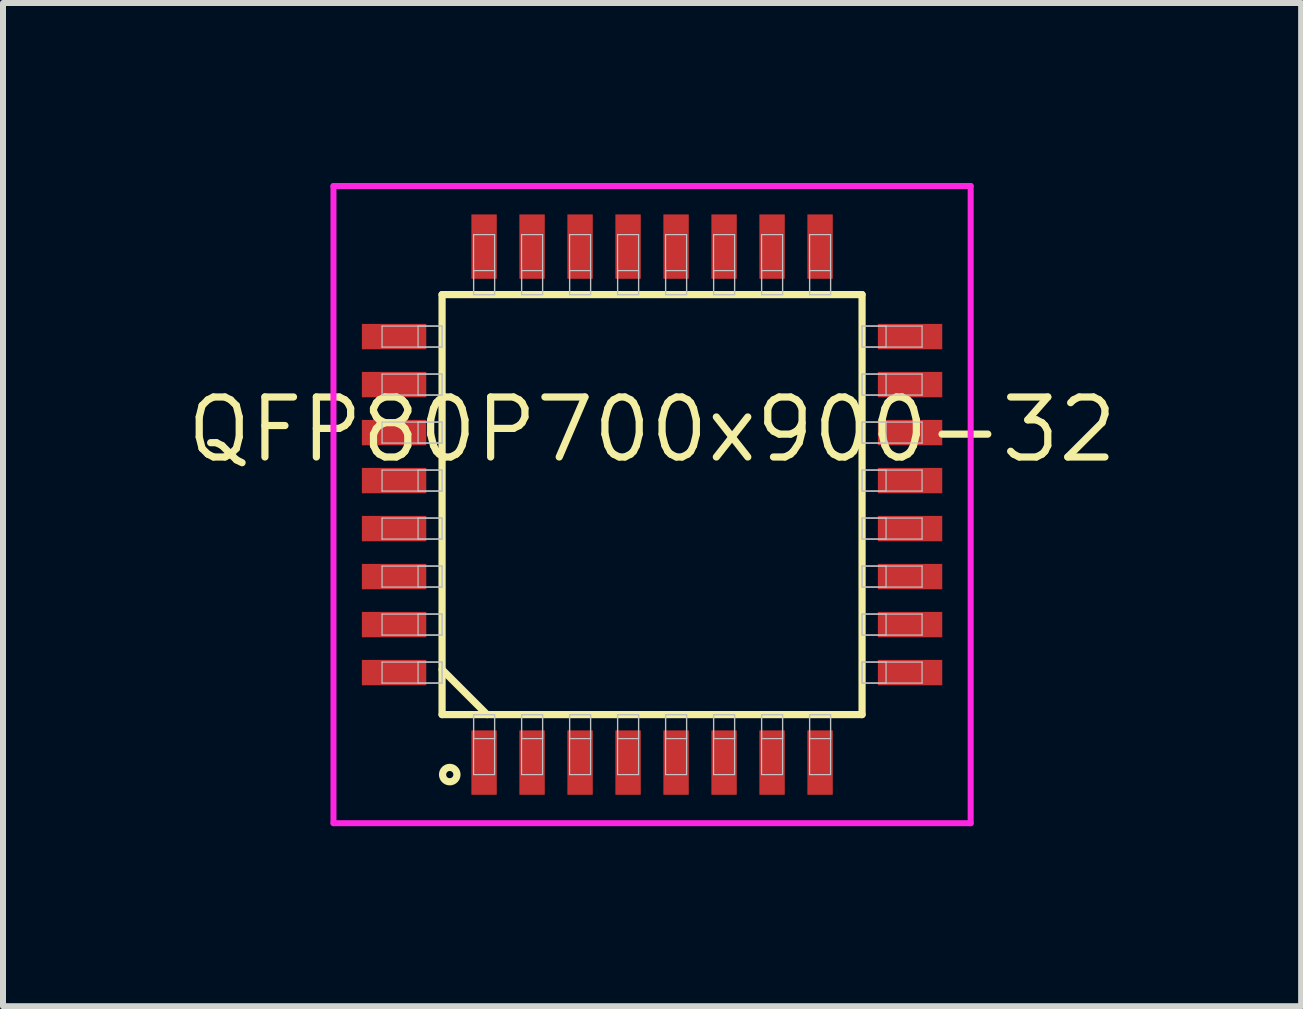
<source format=kicad_pcb>
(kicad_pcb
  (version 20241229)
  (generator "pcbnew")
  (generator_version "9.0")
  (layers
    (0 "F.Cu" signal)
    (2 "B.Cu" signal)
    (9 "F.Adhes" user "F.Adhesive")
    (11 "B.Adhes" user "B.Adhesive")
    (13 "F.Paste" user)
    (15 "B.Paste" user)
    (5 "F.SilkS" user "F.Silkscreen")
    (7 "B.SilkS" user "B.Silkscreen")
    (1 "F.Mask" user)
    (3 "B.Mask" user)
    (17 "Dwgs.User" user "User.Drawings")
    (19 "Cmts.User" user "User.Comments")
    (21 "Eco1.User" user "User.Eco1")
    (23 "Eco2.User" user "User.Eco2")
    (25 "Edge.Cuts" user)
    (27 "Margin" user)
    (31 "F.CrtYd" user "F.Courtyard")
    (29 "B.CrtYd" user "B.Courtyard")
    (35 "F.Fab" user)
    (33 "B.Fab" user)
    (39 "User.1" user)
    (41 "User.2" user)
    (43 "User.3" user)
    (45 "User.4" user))
  (footprint "QFP80P700x900-32"
    (layer "F.Cu")
    (at 7.818 5.36)
    (property "Reference" "QFP80P700x900-32" (at 0 -1.25 0) (layer "F.SilkS") (effects (font (size 1 1) (thickness 0.12))))
    (attr through_hole)
    (fp_line (start -3.5 -3.5) (end -3.5 3.5) (stroke (width 0.12) (type solid)) (layer "F.SilkS"))
    (fp_line (start -3.5 2.75) (end -2.75 3.5) (stroke (width 0.12) (type solid)) (layer "F.SilkS"))
    (fp_line (start -3.5 3.5) (end 3.5 3.5) (stroke (width 0.12) (type solid)) (layer "F.SilkS"))
    (fp_line (start 3.5 -3.5) (end -3.5 -3.5) (stroke (width 0.12) (type solid)) (layer "F.SilkS"))
    (fp_line (start 3.5 3.5) (end 3.5 -3.5) (stroke (width 0.12) (type solid)) (layer "F.SilkS"))
    (fp_circle (center -3.372 4.5) (end -3.252 4.5) (stroke (width 0.12) (type solid)) (fill no) (layer "F.SilkS"))
    (fp_line (start -4.5 -2.975) (end -4.5 -2.625) (stroke (width 0.02) (type solid)) (layer "Dwgs.User"))
    (fp_line (start -4.5 -2.625) (end -3.5 -2.625) (stroke (width 0.02) (type solid)) (layer "Dwgs.User"))
    (fp_line (start -4.5 -2.175) (end -4.5 -1.825) (stroke (width 0.02) (type solid)) (layer "Dwgs.User"))
    (fp_line (start -4.5 -1.825) (end -3.5 -1.825) (stroke (width 0.02) (type solid)) (layer "Dwgs.User"))
    (fp_line (start -4.5 -1.375) (end -4.5 -1.025) (stroke (width 0.02) (type solid)) (layer "Dwgs.User"))
    (fp_line (start -4.5 -1.025) (end -3.5 -1.025) (stroke (width 0.02) (type solid)) (layer "Dwgs.User"))
    (fp_line (start -4.5 -0.575) (end -4.5 -0.225) (stroke (width 0.02) (type solid)) (layer "Dwgs.User"))
    (fp_line (start -4.5 -0.225) (end -3.5 -0.225) (stroke (width 0.02) (type solid)) (layer "Dwgs.User"))
    (fp_line (start -4.5 0.225) (end -4.5 0.575) (stroke (width 0.02) (type solid)) (layer "Dwgs.User"))
    (fp_line (start -4.5 0.575) (end -3.5 0.575) (stroke (width 0.02) (type solid)) (layer "Dwgs.User"))
    (fp_line (start -4.5 1.025) (end -4.5 1.375) (stroke (width 0.02) (type solid)) (layer "Dwgs.User"))
    (fp_line (start -4.5 1.375) (end -3.5 1.375) (stroke (width 0.02) (type solid)) (layer "Dwgs.User"))
    (fp_line (start -4.5 1.825) (end -4.5 2.175) (stroke (width 0.02) (type solid)) (layer "Dwgs.User"))
    (fp_line (start -4.5 2.175) (end -3.5 2.175) (stroke (width 0.02) (type solid)) (layer "Dwgs.User"))
    (fp_line (start -4.5 2.625) (end -4.5 2.975) (stroke (width 0.02) (type solid)) (layer "Dwgs.User"))
    (fp_line (start -4.5 2.975) (end -3.5 2.975) (stroke (width 0.02) (type solid)) (layer "Dwgs.User"))
    (fp_line (start -3.9 -2.975) (end -3.9 -2.625) (stroke (width 0.02) (type solid)) (layer "Dwgs.User"))
    (fp_line (start -3.9 -2.625) (end -3.5 -2.625) (stroke (width 0.02) (type solid)) (layer "Dwgs.User"))
    (fp_line (start -3.9 -2.175) (end -3.9 -1.825) (stroke (width 0.02) (type solid)) (layer "Dwgs.User"))
    (fp_line (start -3.9 -1.825) (end -3.5 -1.825) (stroke (width 0.02) (type solid)) (layer "Dwgs.User"))
    (fp_line (start -3.9 -1.375) (end -3.9 -1.025) (stroke (width 0.02) (type solid)) (layer "Dwgs.User"))
    (fp_line (start -3.9 -1.025) (end -3.5 -1.025) (stroke (width 0.02) (type solid)) (layer "Dwgs.User"))
    (fp_line (start -3.9 -0.575) (end -3.9 -0.225) (stroke (width 0.02) (type solid)) (layer "Dwgs.User"))
    (fp_line (start -3.9 -0.225) (end -3.5 -0.225) (stroke (width 0.02) (type solid)) (layer "Dwgs.User"))
    (fp_line (start -3.9 0.225) (end -3.9 0.575) (stroke (width 0.02) (type solid)) (layer "Dwgs.User"))
    (fp_line (start -3.9 0.575) (end -3.5 0.575) (stroke (width 0.02) (type solid)) (layer "Dwgs.User"))
    (fp_line (start -3.9 1.025) (end -3.9 1.375) (stroke (width 0.02) (type solid)) (layer "Dwgs.User"))
    (fp_line (start -3.9 1.375) (end -3.5 1.375) (stroke (width 0.02) (type solid)) (layer "Dwgs.User"))
    (fp_line (start -3.9 1.825) (end -3.9 2.175) (stroke (width 0.02) (type solid)) (layer "Dwgs.User"))
    (fp_line (start -3.9 2.175) (end -3.5 2.175) (stroke (width 0.02) (type solid)) (layer "Dwgs.User"))
    (fp_line (start -3.9 2.625) (end -3.9 2.975) (stroke (width 0.02) (type solid)) (layer "Dwgs.User"))
    (fp_line (start -3.9 2.975) (end -3.5 2.975) (stroke (width 0.02) (type solid)) (layer "Dwgs.User"))
    (fp_line (start -3.5 -2.975) (end -4.5 -2.975) (stroke (width 0.02) (type solid)) (layer "Dwgs.User"))
    (fp_line (start -3.5 -2.975) (end -3.9 -2.975) (stroke (width 0.02) (type solid)) (layer "Dwgs.User"))
    (fp_line (start -3.5 -2.625) (end -3.5 -2.975) (stroke (width 0.02) (type solid)) (layer "Dwgs.User"))
    (fp_line (start -3.5 -2.625) (end -3.5 -2.975) (stroke (width 0.02) (type solid)) (layer "Dwgs.User"))
    (fp_line (start -3.5 -2.175) (end -4.5 -2.175) (stroke (width 0.02) (type solid)) (layer "Dwgs.User"))
    (fp_line (start -3.5 -2.175) (end -3.9 -2.175) (stroke (width 0.02) (type solid)) (layer "Dwgs.User"))
    (fp_line (start -3.5 -1.825) (end -3.5 -2.175) (stroke (width 0.02) (type solid)) (layer "Dwgs.User"))
    (fp_line (start -3.5 -1.825) (end -3.5 -2.175) (stroke (width 0.02) (type solid)) (layer "Dwgs.User"))
    (fp_line (start -3.5 -1.375) (end -4.5 -1.375) (stroke (width 0.02) (type solid)) (layer "Dwgs.User"))
    (fp_line (start -3.5 -1.375) (end -3.9 -1.375) (stroke (width 0.02) (type solid)) (layer "Dwgs.User"))
    (fp_line (start -3.5 -1.025) (end -3.5 -1.375) (stroke (width 0.02) (type solid)) (layer "Dwgs.User"))
    (fp_line (start -3.5 -1.025) (end -3.5 -1.375) (stroke (width 0.02) (type solid)) (layer "Dwgs.User"))
    (fp_line (start -3.5 -0.575) (end -4.5 -0.575) (stroke (width 0.02) (type solid)) (layer "Dwgs.User"))
    (fp_line (start -3.5 -0.575) (end -3.9 -0.575) (stroke (width 0.02) (type solid)) (layer "Dwgs.User"))
    (fp_line (start -3.5 -0.225) (end -3.5 -0.575) (stroke (width 0.02) (type solid)) (layer "Dwgs.User"))
    (fp_line (start -3.5 -0.225) (end -3.5 -0.575) (stroke (width 0.02) (type solid)) (layer "Dwgs.User"))
    (fp_line (start -3.5 0.225) (end -4.5 0.225) (stroke (width 0.02) (type solid)) (layer "Dwgs.User"))
    (fp_line (start -3.5 0.225) (end -3.9 0.225) (stroke (width 0.02) (type solid)) (layer "Dwgs.User"))
    (fp_line (start -3.5 0.575) (end -3.5 0.225) (stroke (width 0.02) (type solid)) (layer "Dwgs.User"))
    (fp_line (start -3.5 0.575) (end -3.5 0.225) (stroke (width 0.02) (type solid)) (layer "Dwgs.User"))
    (fp_line (start -3.5 1.025) (end -4.5 1.025) (stroke (width 0.02) (type solid)) (layer "Dwgs.User"))
    (fp_line (start -3.5 1.025) (end -3.9 1.025) (stroke (width 0.02) (type solid)) (layer "Dwgs.User"))
    (fp_line (start -3.5 1.375) (end -3.5 1.025) (stroke (width 0.02) (type solid)) (layer "Dwgs.User"))
    (fp_line (start -3.5 1.375) (end -3.5 1.025) (stroke (width 0.02) (type solid)) (layer "Dwgs.User"))
    (fp_line (start -3.5 1.825) (end -4.5 1.825) (stroke (width 0.02) (type solid)) (layer "Dwgs.User"))
    (fp_line (start -3.5 1.825) (end -3.9 1.825) (stroke (width 0.02) (type solid)) (layer "Dwgs.User"))
    (fp_line (start -3.5 2.175) (end -3.5 1.825) (stroke (width 0.02) (type solid)) (layer "Dwgs.User"))
    (fp_line (start -3.5 2.175) (end -3.5 1.825) (stroke (width 0.02) (type solid)) (layer "Dwgs.User"))
    (fp_line (start -3.5 2.625) (end -4.5 2.625) (stroke (width 0.02) (type solid)) (layer "Dwgs.User"))
    (fp_line (start -3.5 2.625) (end -3.9 2.625) (stroke (width 0.02) (type solid)) (layer "Dwgs.User"))
    (fp_line (start -3.5 2.975) (end -3.5 2.625) (stroke (width 0.02) (type solid)) (layer "Dwgs.User"))
    (fp_line (start -3.5 2.975) (end -3.5 2.625) (stroke (width 0.02) (type solid)) (layer "Dwgs.User"))
    (fp_line (start -2.975 -4.5) (end -2.975 -3.5) (stroke (width 0.02) (type solid)) (layer "Dwgs.User"))
    (fp_line (start -2.975 -3.9) (end -2.975 -3.5) (stroke (width 0.02) (type solid)) (layer "Dwgs.User"))
    (fp_line (start -2.975 -3.5) (end -2.625 -3.5) (stroke (width 0.02) (type solid)) (layer "Dwgs.User"))
    (fp_line (start -2.975 -3.5) (end -2.625 -3.5) (stroke (width 0.02) (type solid)) (layer "Dwgs.User"))
    (fp_line (start -2.975 3.5) (end -2.625 3.5) (stroke (width 0.02) (type solid)) (layer "Dwgs.User"))
    (fp_line (start -2.975 3.5) (end -2.625 3.5) (stroke (width 0.02) (type solid)) (layer "Dwgs.User"))
    (fp_line (start -2.975 3.9) (end -2.975 3.5) (stroke (width 0.02) (type solid)) (layer "Dwgs.User"))
    (fp_line (start -2.975 4.5) (end -2.975 3.5) (stroke (width 0.02) (type solid)) (layer "Dwgs.User"))
    (fp_line (start -2.625 -4.5) (end -2.975 -4.5) (stroke (width 0.02) (type solid)) (layer "Dwgs.User"))
    (fp_line (start -2.625 -3.9) (end -2.975 -3.9) (stroke (width 0.02) (type solid)) (layer "Dwgs.User"))
    (fp_line (start -2.625 -3.5) (end -2.625 -4.5) (stroke (width 0.02) (type solid)) (layer "Dwgs.User"))
    (fp_line (start -2.625 -3.5) (end -2.625 -3.9) (stroke (width 0.02) (type solid)) (layer "Dwgs.User"))
    (fp_line (start -2.625 3.5) (end -2.625 3.9) (stroke (width 0.02) (type solid)) (layer "Dwgs.User"))
    (fp_line (start -2.625 3.5) (end -2.625 4.5) (stroke (width 0.02) (type solid)) (layer "Dwgs.User"))
    (fp_line (start -2.625 3.9) (end -2.975 3.9) (stroke (width 0.02) (type solid)) (layer "Dwgs.User"))
    (fp_line (start -2.625 4.5) (end -2.975 4.5) (stroke (width 0.02) (type solid)) (layer "Dwgs.User"))
    (fp_line (start -2.175 -4.5) (end -2.175 -3.5) (stroke (width 0.02) (type solid)) (layer "Dwgs.User"))
    (fp_line (start -2.175 -3.9) (end -2.175 -3.5) (stroke (width 0.02) (type solid)) (layer "Dwgs.User"))
    (fp_line (start -2.175 -3.5) (end -1.825 -3.5) (stroke (width 0.02) (type solid)) (layer "Dwgs.User"))
    (fp_line (start -2.175 -3.5) (end -1.825 -3.5) (stroke (width 0.02) (type solid)) (layer "Dwgs.User"))
    (fp_line (start -2.175 3.5) (end -1.825 3.5) (stroke (width 0.02) (type solid)) (layer "Dwgs.User"))
    (fp_line (start -2.175 3.5) (end -1.825 3.5) (stroke (width 0.02) (type solid)) (layer "Dwgs.User"))
    (fp_line (start -2.175 3.9) (end -2.175 3.5) (stroke (width 0.02) (type solid)) (layer "Dwgs.User"))
    (fp_line (start -2.175 4.5) (end -2.175 3.5) (stroke (width 0.02) (type solid)) (layer "Dwgs.User"))
    (fp_line (start -1.825 -4.5) (end -2.175 -4.5) (stroke (width 0.02) (type solid)) (layer "Dwgs.User"))
    (fp_line (start -1.825 -3.9) (end -2.175 -3.9) (stroke (width 0.02) (type solid)) (layer "Dwgs.User"))
    (fp_line (start -1.825 -3.5) (end -1.825 -4.5) (stroke (width 0.02) (type solid)) (layer "Dwgs.User"))
    (fp_line (start -1.825 -3.5) (end -1.825 -3.9) (stroke (width 0.02) (type solid)) (layer "Dwgs.User"))
    (fp_line (start -1.825 3.5) (end -1.825 3.9) (stroke (width 0.02) (type solid)) (layer "Dwgs.User"))
    (fp_line (start -1.825 3.5) (end -1.825 4.5) (stroke (width 0.02) (type solid)) (layer "Dwgs.User"))
    (fp_line (start -1.825 3.9) (end -2.175 3.9) (stroke (width 0.02) (type solid)) (layer "Dwgs.User"))
    (fp_line (start -1.825 4.5) (end -2.175 4.5) (stroke (width 0.02) (type solid)) (layer "Dwgs.User"))
    (fp_line (start -1.375 -4.5) (end -1.375 -3.5) (stroke (width 0.02) (type solid)) (layer "Dwgs.User"))
    (fp_line (start -1.375 -3.9) (end -1.375 -3.5) (stroke (width 0.02) (type solid)) (layer "Dwgs.User"))
    (fp_line (start -1.375 -3.5) (end -1.025 -3.5) (stroke (width 0.02) (type solid)) (layer "Dwgs.User"))
    (fp_line (start -1.375 -3.5) (end -1.025 -3.5) (stroke (width 0.02) (type solid)) (layer "Dwgs.User"))
    (fp_line (start -1.375 3.5) (end -1.025 3.5) (stroke (width 0.02) (type solid)) (layer "Dwgs.User"))
    (fp_line (start -1.375 3.5) (end -1.025 3.5) (stroke (width 0.02) (type solid)) (layer "Dwgs.User"))
    (fp_line (start -1.375 3.9) (end -1.375 3.5) (stroke (width 0.02) (type solid)) (layer "Dwgs.User"))
    (fp_line (start -1.375 4.5) (end -1.375 3.5) (stroke (width 0.02) (type solid)) (layer "Dwgs.User"))
    (fp_line (start -1.025 -4.5) (end -1.375 -4.5) (stroke (width 0.02) (type solid)) (layer "Dwgs.User"))
    (fp_line (start -1.025 -3.9) (end -1.375 -3.9) (stroke (width 0.02) (type solid)) (layer "Dwgs.User"))
    (fp_line (start -1.025 -3.5) (end -1.025 -4.5) (stroke (width 0.02) (type solid)) (layer "Dwgs.User"))
    (fp_line (start -1.025 -3.5) (end -1.025 -3.9) (stroke (width 0.02) (type solid)) (layer "Dwgs.User"))
    (fp_line (start -1.025 3.5) (end -1.025 3.9) (stroke (width 0.02) (type solid)) (layer "Dwgs.User"))
    (fp_line (start -1.025 3.5) (end -1.025 4.5) (stroke (width 0.02) (type solid)) (layer "Dwgs.User"))
    (fp_line (start -1.025 3.9) (end -1.375 3.9) (stroke (width 0.02) (type solid)) (layer "Dwgs.User"))
    (fp_line (start -1.025 4.5) (end -1.375 4.5) (stroke (width 0.02) (type solid)) (layer "Dwgs.User"))
    (fp_line (start -0.575 -4.5) (end -0.575 -3.5) (stroke (width 0.02) (type solid)) (layer "Dwgs.User"))
    (fp_line (start -0.575 -3.9) (end -0.575 -3.5) (stroke (width 0.02) (type solid)) (layer "Dwgs.User"))
    (fp_line (start -0.575 -3.5) (end -0.225 -3.5) (stroke (width 0.02) (type solid)) (layer "Dwgs.User"))
    (fp_line (start -0.575 -3.5) (end -0.225 -3.5) (stroke (width 0.02) (type solid)) (layer "Dwgs.User"))
    (fp_line (start -0.575 3.5) (end -0.225 3.5) (stroke (width 0.02) (type solid)) (layer "Dwgs.User"))
    (fp_line (start -0.575 3.5) (end -0.225 3.5) (stroke (width 0.02) (type solid)) (layer "Dwgs.User"))
    (fp_line (start -0.575 3.9) (end -0.575 3.5) (stroke (width 0.02) (type solid)) (layer "Dwgs.User"))
    (fp_line (start -0.575 4.5) (end -0.575 3.5) (stroke (width 0.02) (type solid)) (layer "Dwgs.User"))
    (fp_line (start -0.225 -4.5) (end -0.575 -4.5) (stroke (width 0.02) (type solid)) (layer "Dwgs.User"))
    (fp_line (start -0.225 -3.9) (end -0.575 -3.9) (stroke (width 0.02) (type solid)) (layer "Dwgs.User"))
    (fp_line (start -0.225 -3.5) (end -0.225 -4.5) (stroke (width 0.02) (type solid)) (layer "Dwgs.User"))
    (fp_line (start -0.225 -3.5) (end -0.225 -3.9) (stroke (width 0.02) (type solid)) (layer "Dwgs.User"))
    (fp_line (start -0.225 3.5) (end -0.225 3.9) (stroke (width 0.02) (type solid)) (layer "Dwgs.User"))
    (fp_line (start -0.225 3.5) (end -0.225 4.5) (stroke (width 0.02) (type solid)) (layer "Dwgs.User"))
    (fp_line (start -0.225 3.9) (end -0.575 3.9) (stroke (width 0.02) (type solid)) (layer "Dwgs.User"))
    (fp_line (start -0.225 4.5) (end -0.575 4.5) (stroke (width 0.02) (type solid)) (layer "Dwgs.User"))
    (fp_line (start 0.225 -4.5) (end 0.225 -3.5) (stroke (width 0.02) (type solid)) (layer "Dwgs.User"))
    (fp_line (start 0.225 -3.9) (end 0.225 -3.5) (stroke (width 0.02) (type solid)) (layer "Dwgs.User"))
    (fp_line (start 0.225 -3.5) (end 0.575 -3.5) (stroke (width 0.02) (type solid)) (layer "Dwgs.User"))
    (fp_line (start 0.225 -3.5) (end 0.575 -3.5) (stroke (width 0.02) (type solid)) (layer "Dwgs.User"))
    (fp_line (start 0.225 3.5) (end 0.575 3.5) (stroke (width 0.02) (type solid)) (layer "Dwgs.User"))
    (fp_line (start 0.225 3.5) (end 0.575 3.5) (stroke (width 0.02) (type solid)) (layer "Dwgs.User"))
    (fp_line (start 0.225 3.9) (end 0.225 3.5) (stroke (width 0.02) (type solid)) (layer "Dwgs.User"))
    (fp_line (start 0.225 4.5) (end 0.225 3.5) (stroke (width 0.02) (type solid)) (layer "Dwgs.User"))
    (fp_line (start 0.575 -4.5) (end 0.225 -4.5) (stroke (width 0.02) (type solid)) (layer "Dwgs.User"))
    (fp_line (start 0.575 -3.9) (end 0.225 -3.9) (stroke (width 0.02) (type solid)) (layer "Dwgs.User"))
    (fp_line (start 0.575 -3.5) (end 0.575 -4.5) (stroke (width 0.02) (type solid)) (layer "Dwgs.User"))
    (fp_line (start 0.575 -3.5) (end 0.575 -3.9) (stroke (width 0.02) (type solid)) (layer "Dwgs.User"))
    (fp_line (start 0.575 3.5) (end 0.575 3.9) (stroke (width 0.02) (type solid)) (layer "Dwgs.User"))
    (fp_line (start 0.575 3.5) (end 0.575 4.5) (stroke (width 0.02) (type solid)) (layer "Dwgs.User"))
    (fp_line (start 0.575 3.9) (end 0.225 3.9) (stroke (width 0.02) (type solid)) (layer "Dwgs.User"))
    (fp_line (start 0.575 4.5) (end 0.225 4.5) (stroke (width 0.02) (type solid)) (layer "Dwgs.User"))
    (fp_line (start 1.025 -4.5) (end 1.025 -3.5) (stroke (width 0.02) (type solid)) (layer "Dwgs.User"))
    (fp_line (start 1.025 -3.9) (end 1.025 -3.5) (stroke (width 0.02) (type solid)) (layer "Dwgs.User"))
    (fp_line (start 1.025 -3.5) (end 1.375 -3.5) (stroke (width 0.02) (type solid)) (layer "Dwgs.User"))
    (fp_line (start 1.025 -3.5) (end 1.375 -3.5) (stroke (width 0.02) (type solid)) (layer "Dwgs.User"))
    (fp_line (start 1.025 3.5) (end 1.375 3.5) (stroke (width 0.02) (type solid)) (layer "Dwgs.User"))
    (fp_line (start 1.025 3.5) (end 1.375 3.5) (stroke (width 0.02) (type solid)) (layer "Dwgs.User"))
    (fp_line (start 1.025 3.9) (end 1.025 3.5) (stroke (width 0.02) (type solid)) (layer "Dwgs.User"))
    (fp_line (start 1.025 4.5) (end 1.025 3.5) (stroke (width 0.02) (type solid)) (layer "Dwgs.User"))
    (fp_line (start 1.375 -4.5) (end 1.025 -4.5) (stroke (width 0.02) (type solid)) (layer "Dwgs.User"))
    (fp_line (start 1.375 -3.9) (end 1.025 -3.9) (stroke (width 0.02) (type solid)) (layer "Dwgs.User"))
    (fp_line (start 1.375 -3.5) (end 1.375 -4.5) (stroke (width 0.02) (type solid)) (layer "Dwgs.User"))
    (fp_line (start 1.375 -3.5) (end 1.375 -3.9) (stroke (width 0.02) (type solid)) (layer "Dwgs.User"))
    (fp_line (start 1.375 3.5) (end 1.375 3.9) (stroke (width 0.02) (type solid)) (layer "Dwgs.User"))
    (fp_line (start 1.375 3.5) (end 1.375 4.5) (stroke (width 0.02) (type solid)) (layer "Dwgs.User"))
    (fp_line (start 1.375 3.9) (end 1.025 3.9) (stroke (width 0.02) (type solid)) (layer "Dwgs.User"))
    (fp_line (start 1.375 4.5) (end 1.025 4.5) (stroke (width 0.02) (type solid)) (layer "Dwgs.User"))
    (fp_line (start 1.825 -4.5) (end 1.825 -3.5) (stroke (width 0.02) (type solid)) (layer "Dwgs.User"))
    (fp_line (start 1.825 -3.9) (end 1.825 -3.5) (stroke (width 0.02) (type solid)) (layer "Dwgs.User"))
    (fp_line (start 1.825 -3.5) (end 2.175 -3.5) (stroke (width 0.02) (type solid)) (layer "Dwgs.User"))
    (fp_line (start 1.825 -3.5) (end 2.175 -3.5) (stroke (width 0.02) (type solid)) (layer "Dwgs.User"))
    (fp_line (start 1.825 3.5) (end 2.175 3.5) (stroke (width 0.02) (type solid)) (layer "Dwgs.User"))
    (fp_line (start 1.825 3.5) (end 2.175 3.5) (stroke (width 0.02) (type solid)) (layer "Dwgs.User"))
    (fp_line (start 1.825 3.9) (end 1.825 3.5) (stroke (width 0.02) (type solid)) (layer "Dwgs.User"))
    (fp_line (start 1.825 4.5) (end 1.825 3.5) (stroke (width 0.02) (type solid)) (layer "Dwgs.User"))
    (fp_line (start 2.175 -4.5) (end 1.825 -4.5) (stroke (width 0.02) (type solid)) (layer "Dwgs.User"))
    (fp_line (start 2.175 -3.9) (end 1.825 -3.9) (stroke (width 0.02) (type solid)) (layer "Dwgs.User"))
    (fp_line (start 2.175 -3.5) (end 2.175 -4.5) (stroke (width 0.02) (type solid)) (layer "Dwgs.User"))
    (fp_line (start 2.175 -3.5) (end 2.175 -3.9) (stroke (width 0.02) (type solid)) (layer "Dwgs.User"))
    (fp_line (start 2.175 3.5) (end 2.175 3.9) (stroke (width 0.02) (type solid)) (layer "Dwgs.User"))
    (fp_line (start 2.175 3.5) (end 2.175 4.5) (stroke (width 0.02) (type solid)) (layer "Dwgs.User"))
    (fp_line (start 2.175 3.9) (end 1.825 3.9) (stroke (width 0.02) (type solid)) (layer "Dwgs.User"))
    (fp_line (start 2.175 4.5) (end 1.825 4.5) (stroke (width 0.02) (type solid)) (layer "Dwgs.User"))
    (fp_line (start 2.625 -4.5) (end 2.625 -3.5) (stroke (width 0.02) (type solid)) (layer "Dwgs.User"))
    (fp_line (start 2.625 -3.9) (end 2.625 -3.5) (stroke (width 0.02) (type solid)) (layer "Dwgs.User"))
    (fp_line (start 2.625 -3.5) (end 2.975 -3.5) (stroke (width 0.02) (type solid)) (layer "Dwgs.User"))
    (fp_line (start 2.625 -3.5) (end 2.975 -3.5) (stroke (width 0.02) (type solid)) (layer "Dwgs.User"))
    (fp_line (start 2.625 3.5) (end 2.975 3.5) (stroke (width 0.02) (type solid)) (layer "Dwgs.User"))
    (fp_line (start 2.625 3.5) (end 2.975 3.5) (stroke (width 0.02) (type solid)) (layer "Dwgs.User"))
    (fp_line (start 2.625 3.9) (end 2.625 3.5) (stroke (width 0.02) (type solid)) (layer "Dwgs.User"))
    (fp_line (start 2.625 4.5) (end 2.625 3.5) (stroke (width 0.02) (type solid)) (layer "Dwgs.User"))
    (fp_line (start 2.975 -4.5) (end 2.625 -4.5) (stroke (width 0.02) (type solid)) (layer "Dwgs.User"))
    (fp_line (start 2.975 -3.9) (end 2.625 -3.9) (stroke (width 0.02) (type solid)) (layer "Dwgs.User"))
    (fp_line (start 2.975 -3.5) (end 2.975 -4.5) (stroke (width 0.02) (type solid)) (layer "Dwgs.User"))
    (fp_line (start 2.975 -3.5) (end 2.975 -3.9) (stroke (width 0.02) (type solid)) (layer "Dwgs.User"))
    (fp_line (start 2.975 3.5) (end 2.975 3.9) (stroke (width 0.02) (type solid)) (layer "Dwgs.User"))
    (fp_line (start 2.975 3.5) (end 2.975 4.5) (stroke (width 0.02) (type solid)) (layer "Dwgs.User"))
    (fp_line (start 2.975 3.9) (end 2.625 3.9) (stroke (width 0.02) (type solid)) (layer "Dwgs.User"))
    (fp_line (start 2.975 4.5) (end 2.625 4.5) (stroke (width 0.02) (type solid)) (layer "Dwgs.User"))
    (fp_line (start 3.5 -2.975) (end 3.9 -2.975) (stroke (width 0.02) (type solid)) (layer "Dwgs.User"))
    (fp_line (start 3.5 -2.975) (end 4.5 -2.975) (stroke (width 0.02) (type solid)) (layer "Dwgs.User"))
    (fp_line (start 3.5 -2.625) (end 3.5 -2.975) (stroke (width 0.02) (type solid)) (layer "Dwgs.User"))
    (fp_line (start 3.5 -2.625) (end 3.5 -2.975) (stroke (width 0.02) (type solid)) (layer "Dwgs.User"))
    (fp_line (start 3.5 -2.175) (end 3.9 -2.175) (stroke (width 0.02) (type solid)) (layer "Dwgs.User"))
    (fp_line (start 3.5 -2.175) (end 4.5 -2.175) (stroke (width 0.02) (type solid)) (layer "Dwgs.User"))
    (fp_line (start 3.5 -1.825) (end 3.5 -2.175) (stroke (width 0.02) (type solid)) (layer "Dwgs.User"))
    (fp_line (start 3.5 -1.825) (end 3.5 -2.175) (stroke (width 0.02) (type solid)) (layer "Dwgs.User"))
    (fp_line (start 3.5 -1.375) (end 3.9 -1.375) (stroke (width 0.02) (type solid)) (layer "Dwgs.User"))
    (fp_line (start 3.5 -1.375) (end 4.5 -1.375) (stroke (width 0.02) (type solid)) (layer "Dwgs.User"))
    (fp_line (start 3.5 -1.025) (end 3.5 -1.375) (stroke (width 0.02) (type solid)) (layer "Dwgs.User"))
    (fp_line (start 3.5 -1.025) (end 3.5 -1.375) (stroke (width 0.02) (type solid)) (layer "Dwgs.User"))
    (fp_line (start 3.5 -0.575) (end 3.9 -0.575) (stroke (width 0.02) (type solid)) (layer "Dwgs.User"))
    (fp_line (start 3.5 -0.575) (end 4.5 -0.575) (stroke (width 0.02) (type solid)) (layer "Dwgs.User"))
    (fp_line (start 3.5 -0.225) (end 3.5 -0.575) (stroke (width 0.02) (type solid)) (layer "Dwgs.User"))
    (fp_line (start 3.5 -0.225) (end 3.5 -0.575) (stroke (width 0.02) (type solid)) (layer "Dwgs.User"))
    (fp_line (start 3.5 0.225) (end 3.9 0.225) (stroke (width 0.02) (type solid)) (layer "Dwgs.User"))
    (fp_line (start 3.5 0.225) (end 4.5 0.225) (stroke (width 0.02) (type solid)) (layer "Dwgs.User"))
    (fp_line (start 3.5 0.575) (end 3.5 0.225) (stroke (width 0.02) (type solid)) (layer "Dwgs.User"))
    (fp_line (start 3.5 0.575) (end 3.5 0.225) (stroke (width 0.02) (type solid)) (layer "Dwgs.User"))
    (fp_line (start 3.5 1.025) (end 3.9 1.025) (stroke (width 0.02) (type solid)) (layer "Dwgs.User"))
    (fp_line (start 3.5 1.025) (end 4.5 1.025) (stroke (width 0.02) (type solid)) (layer "Dwgs.User"))
    (fp_line (start 3.5 1.375) (end 3.5 1.025) (stroke (width 0.02) (type solid)) (layer "Dwgs.User"))
    (fp_line (start 3.5 1.375) (end 3.5 1.025) (stroke (width 0.02) (type solid)) (layer "Dwgs.User"))
    (fp_line (start 3.5 1.825) (end 3.9 1.825) (stroke (width 0.02) (type solid)) (layer "Dwgs.User"))
    (fp_line (start 3.5 1.825) (end 4.5 1.825) (stroke (width 0.02) (type solid)) (layer "Dwgs.User"))
    (fp_line (start 3.5 2.175) (end 3.5 1.825) (stroke (width 0.02) (type solid)) (layer "Dwgs.User"))
    (fp_line (start 3.5 2.175) (end 3.5 1.825) (stroke (width 0.02) (type solid)) (layer "Dwgs.User"))
    (fp_line (start 3.5 2.625) (end 3.9 2.625) (stroke (width 0.02) (type solid)) (layer "Dwgs.User"))
    (fp_line (start 3.5 2.625) (end 4.5 2.625) (stroke (width 0.02) (type solid)) (layer "Dwgs.User"))
    (fp_line (start 3.5 2.975) (end 3.5 2.625) (stroke (width 0.02) (type solid)) (layer "Dwgs.User"))
    (fp_line (start 3.5 2.975) (end 3.5 2.625) (stroke (width 0.02) (type solid)) (layer "Dwgs.User"))
    (fp_line (start 3.9 -2.975) (end 3.9 -2.625) (stroke (width 0.02) (type solid)) (layer "Dwgs.User"))
    (fp_line (start 3.9 -2.625) (end 3.5 -2.625) (stroke (width 0.02) (type solid)) (layer "Dwgs.User"))
    (fp_line (start 3.9 -2.175) (end 3.9 -1.825) (stroke (width 0.02) (type solid)) (layer "Dwgs.User"))
    (fp_line (start 3.9 -1.825) (end 3.5 -1.825) (stroke (width 0.02) (type solid)) (layer "Dwgs.User"))
    (fp_line (start 3.9 -1.375) (end 3.9 -1.025) (stroke (width 0.02) (type solid)) (layer "Dwgs.User"))
    (fp_line (start 3.9 -1.025) (end 3.5 -1.025) (stroke (width 0.02) (type solid)) (layer "Dwgs.User"))
    (fp_line (start 3.9 -0.575) (end 3.9 -0.225) (stroke (width 0.02) (type solid)) (layer "Dwgs.User"))
    (fp_line (start 3.9 -0.225) (end 3.5 -0.225) (stroke (width 0.02) (type solid)) (layer "Dwgs.User"))
    (fp_line (start 3.9 0.225) (end 3.9 0.575) (stroke (width 0.02) (type solid)) (layer "Dwgs.User"))
    (fp_line (start 3.9 0.575) (end 3.5 0.575) (stroke (width 0.02) (type solid)) (layer "Dwgs.User"))
    (fp_line (start 3.9 1.025) (end 3.9 1.375) (stroke (width 0.02) (type solid)) (layer "Dwgs.User"))
    (fp_line (start 3.9 1.375) (end 3.5 1.375) (stroke (width 0.02) (type solid)) (layer "Dwgs.User"))
    (fp_line (start 3.9 1.825) (end 3.9 2.175) (stroke (width 0.02) (type solid)) (layer "Dwgs.User"))
    (fp_line (start 3.9 2.175) (end 3.5 2.175) (stroke (width 0.02) (type solid)) (layer "Dwgs.User"))
    (fp_line (start 3.9 2.625) (end 3.9 2.975) (stroke (width 0.02) (type solid)) (layer "Dwgs.User"))
    (fp_line (start 3.9 2.975) (end 3.5 2.975) (stroke (width 0.02) (type solid)) (layer "Dwgs.User"))
    (fp_line (start 4.5 -2.975) (end 4.5 -2.625) (stroke (width 0.02) (type solid)) (layer "Dwgs.User"))
    (fp_line (start 4.5 -2.625) (end 3.5 -2.625) (stroke (width 0.02) (type solid)) (layer "Dwgs.User"))
    (fp_line (start 4.5 -2.175) (end 4.5 -1.825) (stroke (width 0.02) (type solid)) (layer "Dwgs.User"))
    (fp_line (start 4.5 -1.825) (end 3.5 -1.825) (stroke (width 0.02) (type solid)) (layer "Dwgs.User"))
    (fp_line (start 4.5 -1.375) (end 4.5 -1.025) (stroke (width 0.02) (type solid)) (layer "Dwgs.User"))
    (fp_line (start 4.5 -1.025) (end 3.5 -1.025) (stroke (width 0.02) (type solid)) (layer "Dwgs.User"))
    (fp_line (start 4.5 -0.575) (end 4.5 -0.225) (stroke (width 0.02) (type solid)) (layer "Dwgs.User"))
    (fp_line (start 4.5 -0.225) (end 3.5 -0.225) (stroke (width 0.02) (type solid)) (layer "Dwgs.User"))
    (fp_line (start 4.5 0.225) (end 4.5 0.575) (stroke (width 0.02) (type solid)) (layer "Dwgs.User"))
    (fp_line (start 4.5 0.575) (end 3.5 0.575) (stroke (width 0.02) (type solid)) (layer "Dwgs.User"))
    (fp_line (start 4.5 1.025) (end 4.5 1.375) (stroke (width 0.02) (type solid)) (layer "Dwgs.User"))
    (fp_line (start 4.5 1.375) (end 3.5 1.375) (stroke (width 0.02) (type solid)) (layer "Dwgs.User"))
    (fp_line (start 4.5 1.825) (end 4.5 2.175) (stroke (width 0.02) (type solid)) (layer "Dwgs.User"))
    (fp_line (start 4.5 2.175) (end 3.5 2.175) (stroke (width 0.02) (type solid)) (layer "Dwgs.User"))
    (fp_line (start 4.5 2.625) (end 4.5 2.975) (stroke (width 0.02) (type solid)) (layer "Dwgs.User"))
    (fp_line (start 4.5 2.975) (end 3.5 2.975) (stroke (width 0.02) (type solid)) (layer "Dwgs.User"))
    (fp_line (start -0.75 0) (end 0.75 0) (stroke (width 0.12) (type solid)) (layer "Eco1.User"))
    (fp_line (start 0 -0.75) (end 0 0.75) (stroke (width 0.12) (type solid)) (layer "Eco1.User"))
    (fp_circle (center 0 0) (end 0.5 0) (stroke (width 0.12) (type solid)) (fill no) (layer "Eco1.User"))
    (fp_line (start -5.31 -5.31) (end -5.31 5.31) (stroke (width 0.1) (type solid)) (layer "F.CrtYd"))
    (fp_line (start -5.31 5.31) (end 5.31 5.31) (stroke (width 0.1) (type solid)) (layer "F.CrtYd"))
    (fp_line (start 5.31 -5.31) (end -5.31 -5.31) (stroke (width 0.1) (type solid)) (layer "F.CrtYd"))
    (fp_line (start 5.31 5.31) (end 5.31 -5.31) (stroke (width 0.1) (type solid)) (layer "F.CrtYd"))
    (pad "1" smd rect (at -2.8 4.3) (size 0.423 1.073) (layers "F.Cu" "F.Mask" "F.Paste"))
    (pad "2" smd rect (at -2 4.3) (size 0.423 1.073) (layers "F.Cu" "F.Mask" "F.Paste"))
    (pad "3" smd rect (at -1.2 4.3) (size 0.423 1.073) (layers "F.Cu" "F.Mask" "F.Paste"))
    (pad "4" smd rect (at -0.4 4.3) (size 0.423 1.073) (layers "F.Cu" "F.Mask" "F.Paste"))
    (pad "5" smd rect (at 0.4 4.3) (size 0.423 1.073) (layers "F.Cu" "F.Mask" "F.Paste"))
    (pad "6" smd rect (at 1.2 4.3) (size 0.423 1.073) (layers "F.Cu" "F.Mask" "F.Paste"))
    (pad "7" smd rect (at 2 4.3) (size 0.423 1.073) (layers "F.Cu" "F.Mask" "F.Paste"))
    (pad "8" smd rect (at 2.8 4.3) (size 0.423 1.073) (layers "F.Cu" "F.Mask" "F.Paste"))
    (pad "9" smd rect (at 4.3 2.8) (size 1.073 0.423) (layers "F.Cu" "F.Mask" "F.Paste"))
    (pad "10" smd rect (at 4.3 2) (size 1.073 0.423) (layers "F.Cu" "F.Mask" "F.Paste"))
    (pad "11" smd rect (at 4.3 1.2) (size 1.073 0.423) (layers "F.Cu" "F.Mask" "F.Paste"))
    (pad "12" smd rect (at 4.3 0.4) (size 1.073 0.423) (layers "F.Cu" "F.Mask" "F.Paste"))
    (pad "13" smd rect (at 4.3 -0.4) (size 1.073 0.423) (layers "F.Cu" "F.Mask" "F.Paste"))
    (pad "14" smd rect (at 4.3 -1.2) (size 1.073 0.423) (layers "F.Cu" "F.Mask" "F.Paste"))
    (pad "15" smd rect (at 4.3 -2) (size 1.073 0.423) (layers "F.Cu" "F.Mask" "F.Paste"))
    (pad "16" smd rect (at 4.3 -2.8) (size 1.073 0.423) (layers "F.Cu" "F.Mask" "F.Paste"))
    (pad "17" smd rect (at 2.8 -4.3) (size 0.423 1.073) (layers "F.Cu" "F.Mask" "F.Paste"))
    (pad "18" smd rect (at 2 -4.3) (size 0.423 1.073) (layers "F.Cu" "F.Mask" "F.Paste"))
    (pad "19" smd rect (at 1.2 -4.3) (size 0.423 1.073) (layers "F.Cu" "F.Mask" "F.Paste"))
    (pad "20" smd rect (at 0.4 -4.3) (size 0.423 1.073) (layers "F.Cu" "F.Mask" "F.Paste"))
    (pad "21" smd rect (at -0.4 -4.3) (size 0.423 1.073) (layers "F.Cu" "F.Mask" "F.Paste"))
    (pad "22" smd rect (at -1.2 -4.3) (size 0.423 1.073) (layers "F.Cu" "F.Mask" "F.Paste"))
    (pad "23" smd rect (at -2 -4.3) (size 0.423 1.073) (layers "F.Cu" "F.Mask" "F.Paste"))
    (pad "24" smd rect (at -2.8 -4.3) (size 0.423 1.073) (layers "F.Cu" "F.Mask" "F.Paste"))
    (pad "25" smd rect (at -4.3 -2.8) (size 1.073 0.423) (layers "F.Cu" "F.Mask" "F.Paste"))
    (pad "26" smd rect (at -4.3 -2) (size 1.073 0.423) (layers "F.Cu" "F.Mask" "F.Paste"))
    (pad "27" smd rect (at -4.3 -1.2) (size 1.073 0.423) (layers "F.Cu" "F.Mask" "F.Paste"))
    (pad "28" smd rect (at -4.3 -0.4) (size 1.073 0.423) (layers "F.Cu" "F.Mask" "F.Paste"))
    (pad "29" smd rect (at -4.3 0.4) (size 1.073 0.423) (layers "F.Cu" "F.Mask" "F.Paste"))
    (pad "30" smd rect (at -4.3 1.2) (size 1.073 0.423) (layers "F.Cu" "F.Mask" "F.Paste"))
    (pad "31" smd rect (at -4.3 2) (size 1.073 0.423) (layers "F.Cu" "F.Mask" "F.Paste"))
    (pad "32" smd rect (at -4.3 2.8) (size 1.073 0.423) (layers "F.Cu" "F.Mask" "F.Paste")))
  (gr_rect
    (start -3 -3)
    (end 18.636 13.72)
    (stroke (width 0.1) (type default))
    (fill no)
    (layer "Edge.Cuts")))
</source>
